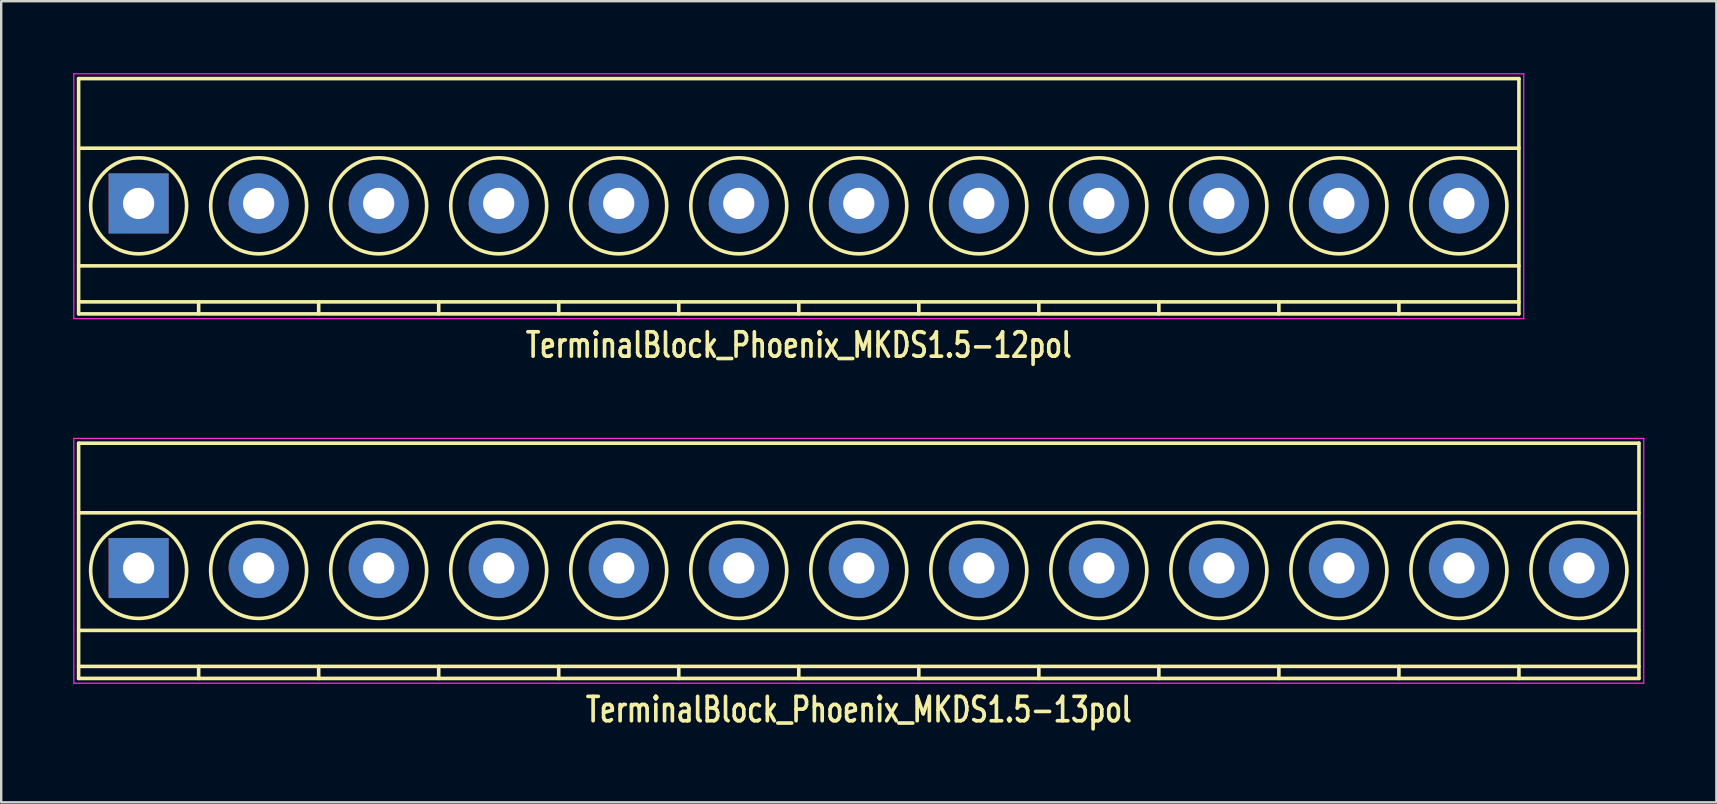
<source format=kicad_pcb>
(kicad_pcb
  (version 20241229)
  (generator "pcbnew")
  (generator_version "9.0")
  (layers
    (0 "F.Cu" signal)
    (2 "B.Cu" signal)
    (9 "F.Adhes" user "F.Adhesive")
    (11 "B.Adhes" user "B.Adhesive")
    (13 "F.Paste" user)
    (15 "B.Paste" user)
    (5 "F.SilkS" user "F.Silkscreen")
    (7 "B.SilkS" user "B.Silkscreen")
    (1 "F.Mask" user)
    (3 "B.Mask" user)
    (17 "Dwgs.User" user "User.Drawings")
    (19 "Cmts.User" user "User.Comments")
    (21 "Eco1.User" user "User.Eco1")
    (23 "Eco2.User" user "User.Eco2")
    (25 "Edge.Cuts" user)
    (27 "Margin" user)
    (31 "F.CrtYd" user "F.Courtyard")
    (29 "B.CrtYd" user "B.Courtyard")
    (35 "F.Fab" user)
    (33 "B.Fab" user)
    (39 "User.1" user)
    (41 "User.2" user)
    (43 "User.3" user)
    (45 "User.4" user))
  (footprint "TerminalBlock_Phoenix_MKDS1.5-12pol"
    (layer "F.Cu")
    (at 2.725 5.425)
    (property "Reference" "TerminalBlock_Phoenix_MKDS1.5-12pol" (at 27.5 5.9 0) (layer "F.SilkS") (effects (font (size 1.016 0.762) (thickness 0.152))))
    (attr through_hole)
    (fp_line (start -2.5 -5.2) (end -2.5 4.6) (stroke (width 0.15) (type solid)) (layer "F.SilkS"))
    (fp_line (start -2.5 -2.3) (end 57.5 -2.3) (stroke (width 0.15) (type solid)) (layer "F.SilkS"))
    (fp_line (start -2.5 2.6) (end 57.5 2.6) (stroke (width 0.15) (type solid)) (layer "F.SilkS"))
    (fp_line (start -2.5 4.1) (end 57.5 4.1) (stroke (width 0.15) (type solid)) (layer "F.SilkS"))
    (fp_line (start -2.5 4.6) (end 57.5 4.6) (stroke (width 0.15) (type solid)) (layer "F.SilkS"))
    (fp_line (start 2.5 4.1) (end 2.5 4.6) (stroke (width 0.15) (type solid)) (layer "F.SilkS"))
    (fp_line (start 7.5 4.1) (end 7.5 4.6) (stroke (width 0.15) (type solid)) (layer "F.SilkS"))
    (fp_line (start 12.5 4.1) (end 12.5 4.6) (stroke (width 0.15) (type solid)) (layer "F.SilkS"))
    (fp_line (start 17.5 4.1) (end 17.5 4.6) (stroke (width 0.15) (type solid)) (layer "F.SilkS"))
    (fp_line (start 22.5 4.1) (end 22.5 4.6) (stroke (width 0.15) (type solid)) (layer "F.SilkS"))
    (fp_line (start 27.5 4.1) (end 27.5 4.6) (stroke (width 0.15) (type solid)) (layer "F.SilkS"))
    (fp_line (start 32.5 4.1) (end 32.5 4.6) (stroke (width 0.15) (type solid)) (layer "F.SilkS"))
    (fp_line (start 37.5 4.1) (end 37.5 4.6) (stroke (width 0.15) (type solid)) (layer "F.SilkS"))
    (fp_line (start 42.5 4.1) (end 42.5 4.6) (stroke (width 0.15) (type solid)) (layer "F.SilkS"))
    (fp_line (start 47.5 4.1) (end 47.5 4.6) (stroke (width 0.15) (type solid)) (layer "F.SilkS"))
    (fp_line (start 52.5 4.1) (end 52.5 4.6) (stroke (width 0.15) (type solid)) (layer "F.SilkS"))
    (fp_line (start 57.5 -5.2) (end -2.5 -5.2) (stroke (width 0.15) (type solid)) (layer "F.SilkS"))
    (fp_line (start 57.5 4.6) (end 57.5 -5.2) (stroke (width 0.15) (type solid)) (layer "F.SilkS"))
    (fp_circle (center 0 0.1) (end 2 0.1) (stroke (width 0.15) (type solid)) (fill no) (layer "F.SilkS"))
    (fp_circle (center 5 0.1) (end 3 0.1) (stroke (width 0.15) (type solid)) (fill no) (layer "F.SilkS"))
    (fp_circle (center 10 0.1) (end 8 0.1) (stroke (width 0.15) (type solid)) (fill no) (layer "F.SilkS"))
    (fp_circle (center 15 0.1) (end 13 0.1) (stroke (width 0.15) (type solid)) (fill no) (layer "F.SilkS"))
    (fp_circle (center 20 0.1) (end 18 0.1) (stroke (width 0.15) (type solid)) (fill no) (layer "F.SilkS"))
    (fp_circle (center 25 0.1) (end 23 0.1) (stroke (width 0.15) (type solid)) (fill no) (layer "F.SilkS"))
    (fp_circle (center 30 0.1) (end 28 0.1) (stroke (width 0.15) (type solid)) (fill no) (layer "F.SilkS"))
    (fp_circle (center 35 0.1) (end 33 0.1) (stroke (width 0.15) (type solid)) (fill no) (layer "F.SilkS"))
    (fp_circle (center 40 0.1) (end 38 0.1) (stroke (width 0.15) (type solid)) (fill no) (layer "F.SilkS"))
    (fp_circle (center 45 0.1) (end 43 0.1) (stroke (width 0.15) (type solid)) (fill no) (layer "F.SilkS"))
    (fp_circle (center 50 0.1) (end 48 0.1) (stroke (width 0.15) (type solid)) (fill no) (layer "F.SilkS"))
    (fp_circle (center 55 0.1) (end 53 0.1) (stroke (width 0.15) (type solid)) (fill no) (layer "F.SilkS"))
    (fp_line (start -2.7 -5.4) (end 57.7 -5.4) (stroke (width 0.05) (type solid)) (layer "F.CrtYd"))
    (fp_line (start -2.7 4.8) (end -2.7 -5.4) (stroke (width 0.05) (type solid)) (layer "F.CrtYd"))
    (fp_line (start 57.7 -5.4) (end 57.7 4.8) (stroke (width 0.05) (type solid)) (layer "F.CrtYd"))
    (fp_line (start 57.7 4.8) (end -2.7 4.8) (stroke (width 0.05) (type solid)) (layer "F.CrtYd"))
    (pad "1" thru_hole rect (at 0 0) (size 2.5 2.5) (drill 1.3) (layers "*.Cu" "*.Mask"))
    (pad "2" thru_hole circle (at 5 0) (size 2.5 2.5) (drill 1.3) (layers "*.Cu" "*.Mask"))
    (pad "3" thru_hole circle (at 10 0) (size 2.5 2.5) (drill 1.3) (layers "*.Cu" "*.Mask"))
    (pad "4" thru_hole circle (at 15 0) (size 2.5 2.5) (drill 1.3) (layers "*.Cu" "*.Mask"))
    (pad "5" thru_hole circle (at 20 0) (size 2.5 2.5) (drill 1.3) (layers "*.Cu" "*.Mask"))
    (pad "6" thru_hole circle (at 25 0) (size 2.5 2.5) (drill 1.3) (layers "*.Cu" "*.Mask"))
    (pad "7" thru_hole circle (at 30 0) (size 2.5 2.5) (drill 1.3) (layers "*.Cu" "*.Mask"))
    (pad "8" thru_hole circle (at 35 0) (size 2.5 2.5) (drill 1.3) (layers "*.Cu" "*.Mask"))
    (pad "9" thru_hole circle (at 40 0) (size 2.5 2.5) (drill 1.3) (layers "*.Cu" "*.Mask"))
    (pad "10" thru_hole circle (at 45 0) (size 2.5 2.5) (drill 1.3) (layers "*.Cu" "*.Mask"))
    (pad "11" thru_hole circle (at 50 0) (size 2.5 2.5) (drill 1.3) (layers "*.Cu" "*.Mask"))
    (pad "12" thru_hole circle (at 55 0) (size 2.5 2.5) (drill 1.3) (layers "*.Cu" "*.Mask")))
  (footprint "TerminalBlock_Phoenix_MKDS1.5-13pol"
    (layer "F.Cu")
    (at 2.725 20.612)
    (property "Reference" "TerminalBlock_Phoenix_MKDS1.5-13pol" (at 30 5.9 0) (layer "F.SilkS") (effects (font (size 1.016 0.762) (thickness 0.152))))
    (attr through_hole)
    (fp_line (start -2.5 -5.2) (end -2.5 4.6) (stroke (width 0.15) (type solid)) (layer "F.SilkS"))
    (fp_line (start -2.5 -2.3) (end 62.5 -2.3) (stroke (width 0.15) (type solid)) (layer "F.SilkS"))
    (fp_line (start -2.5 2.6) (end 62.5 2.6) (stroke (width 0.15) (type solid)) (layer "F.SilkS"))
    (fp_line (start -2.5 4.1) (end 62.5 4.1) (stroke (width 0.15) (type solid)) (layer "F.SilkS"))
    (fp_line (start -2.5 4.6) (end 62.5 4.6) (stroke (width 0.15) (type solid)) (layer "F.SilkS"))
    (fp_line (start 2.5 4.1) (end 2.5 4.6) (stroke (width 0.15) (type solid)) (layer "F.SilkS"))
    (fp_line (start 7.5 4.1) (end 7.5 4.6) (stroke (width 0.15) (type solid)) (layer "F.SilkS"))
    (fp_line (start 12.5 4.1) (end 12.5 4.6) (stroke (width 0.15) (type solid)) (layer "F.SilkS"))
    (fp_line (start 17.5 4.1) (end 17.5 4.6) (stroke (width 0.15) (type solid)) (layer "F.SilkS"))
    (fp_line (start 22.5 4.1) (end 22.5 4.6) (stroke (width 0.15) (type solid)) (layer "F.SilkS"))
    (fp_line (start 27.5 4.1) (end 27.5 4.6) (stroke (width 0.15) (type solid)) (layer "F.SilkS"))
    (fp_line (start 32.5 4.1) (end 32.5 4.6) (stroke (width 0.15) (type solid)) (layer "F.SilkS"))
    (fp_line (start 37.5 4.1) (end 37.5 4.6) (stroke (width 0.15) (type solid)) (layer "F.SilkS"))
    (fp_line (start 42.5 4.1) (end 42.5 4.6) (stroke (width 0.15) (type solid)) (layer "F.SilkS"))
    (fp_line (start 47.5 4.1) (end 47.5 4.6) (stroke (width 0.15) (type solid)) (layer "F.SilkS"))
    (fp_line (start 52.5 4.1) (end 52.5 4.6) (stroke (width 0.15) (type solid)) (layer "F.SilkS"))
    (fp_line (start 57.5 4.1) (end 57.5 4.6) (stroke (width 0.15) (type solid)) (layer "F.SilkS"))
    (fp_line (start 62.5 -5.2) (end -2.5 -5.2) (stroke (width 0.15) (type solid)) (layer "F.SilkS"))
    (fp_line (start 62.5 4.6) (end 62.5 -5.2) (stroke (width 0.15) (type solid)) (layer "F.SilkS"))
    (fp_circle (center 0 0.1) (end 2 0.1) (stroke (width 0.15) (type solid)) (fill no) (layer "F.SilkS"))
    (fp_circle (center 5 0.1) (end 3 0.1) (stroke (width 0.15) (type solid)) (fill no) (layer "F.SilkS"))
    (fp_circle (center 10 0.1) (end 8 0.1) (stroke (width 0.15) (type solid)) (fill no) (layer "F.SilkS"))
    (fp_circle (center 15 0.1) (end 13 0.1) (stroke (width 0.15) (type solid)) (fill no) (layer "F.SilkS"))
    (fp_circle (center 20 0.1) (end 18 0.1) (stroke (width 0.15) (type solid)) (fill no) (layer "F.SilkS"))
    (fp_circle (center 25 0.1) (end 23 0.1) (stroke (width 0.15) (type solid)) (fill no) (layer "F.SilkS"))
    (fp_circle (center 30 0.1) (end 28 0.1) (stroke (width 0.15) (type solid)) (fill no) (layer "F.SilkS"))
    (fp_circle (center 35 0.1) (end 33 0.1) (stroke (width 0.15) (type solid)) (fill no) (layer "F.SilkS"))
    (fp_circle (center 40 0.1) (end 38 0.1) (stroke (width 0.15) (type solid)) (fill no) (layer "F.SilkS"))
    (fp_circle (center 45 0.1) (end 43 0.1) (stroke (width 0.15) (type solid)) (fill no) (layer "F.SilkS"))
    (fp_circle (center 50 0.1) (end 48 0.1) (stroke (width 0.15) (type solid)) (fill no) (layer "F.SilkS"))
    (fp_circle (center 55 0.1) (end 53 0.1) (stroke (width 0.15) (type solid)) (fill no) (layer "F.SilkS"))
    (fp_circle (center 60 0.1) (end 58 0.1) (stroke (width 0.15) (type solid)) (fill no) (layer "F.SilkS"))
    (fp_line (start -2.7 -5.4) (end 62.7 -5.4) (stroke (width 0.05) (type solid)) (layer "F.CrtYd"))
    (fp_line (start -2.7 4.8) (end -2.7 -5.4) (stroke (width 0.05) (type solid)) (layer "F.CrtYd"))
    (fp_line (start 62.7 -5.4) (end 62.7 4.8) (stroke (width 0.05) (type solid)) (layer "F.CrtYd"))
    (fp_line (start 62.7 4.8) (end -2.7 4.8) (stroke (width 0.05) (type solid)) (layer "F.CrtYd"))
    (pad "1" thru_hole rect (at 0 0) (size 2.5 2.5) (drill 1.3) (layers "*.Cu" "*.Mask"))
    (pad "2" thru_hole circle (at 5 0) (size 2.5 2.5) (drill 1.3) (layers "*.Cu" "*.Mask"))
    (pad "3" thru_hole circle (at 10 0) (size 2.5 2.5) (drill 1.3) (layers "*.Cu" "*.Mask"))
    (pad "4" thru_hole circle (at 15 0) (size 2.5 2.5) (drill 1.3) (layers "*.Cu" "*.Mask"))
    (pad "5" thru_hole circle (at 20 0) (size 2.5 2.5) (drill 1.3) (layers "*.Cu" "*.Mask"))
    (pad "6" thru_hole circle (at 25 0) (size 2.5 2.5) (drill 1.3) (layers "*.Cu" "*.Mask"))
    (pad "7" thru_hole circle (at 30 0) (size 2.5 2.5) (drill 1.3) (layers "*.Cu" "*.Mask"))
    (pad "8" thru_hole circle (at 35 0) (size 2.5 2.5) (drill 1.3) (layers "*.Cu" "*.Mask"))
    (pad "9" thru_hole circle (at 40 0) (size 2.5 2.5) (drill 1.3) (layers "*.Cu" "*.Mask"))
    (pad "10" thru_hole circle (at 45 0) (size 2.5 2.5) (drill 1.3) (layers "*.Cu" "*.Mask"))
    (pad "11" thru_hole circle (at 50 0) (size 2.5 2.5) (drill 1.3) (layers "*.Cu" "*.Mask"))
    (pad "12" thru_hole circle (at 55 0) (size 2.5 2.5) (drill 1.3) (layers "*.Cu" "*.Mask"))
    (pad "13" thru_hole circle (at 60 0) (size 2.5 2.5) (drill 1.3) (layers "*.Cu" "*.Mask")))
  (gr_rect
    (start -3 -3)
    (end 68.45 30.374)
    (stroke (width 0.1) (type default))
    (fill no)
    (layer "Edge.Cuts")))
</source>
